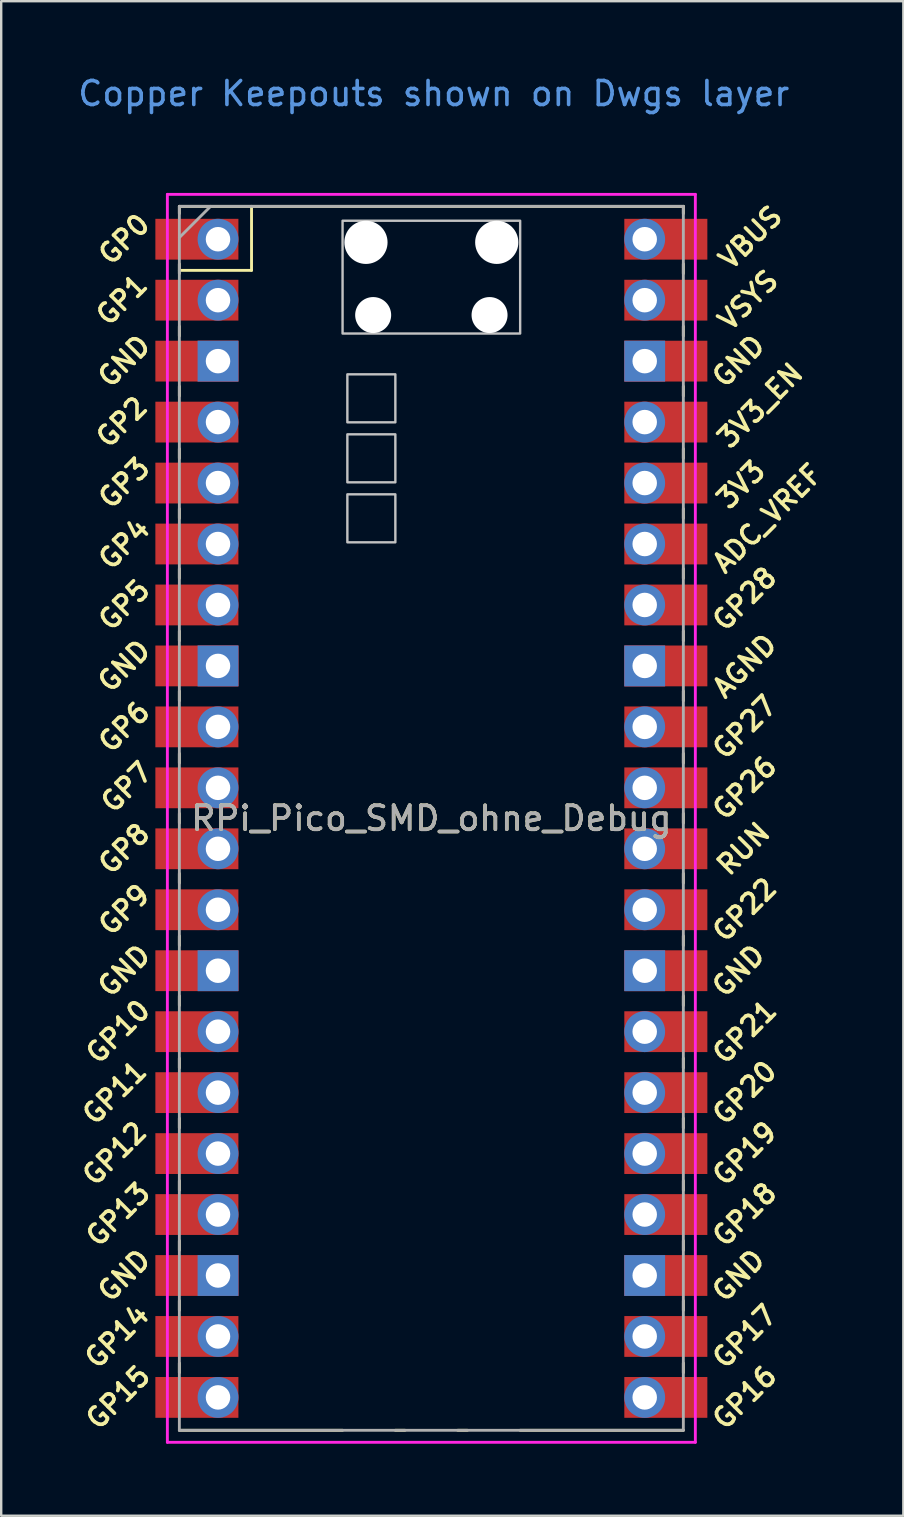
<source format=kicad_pcb>
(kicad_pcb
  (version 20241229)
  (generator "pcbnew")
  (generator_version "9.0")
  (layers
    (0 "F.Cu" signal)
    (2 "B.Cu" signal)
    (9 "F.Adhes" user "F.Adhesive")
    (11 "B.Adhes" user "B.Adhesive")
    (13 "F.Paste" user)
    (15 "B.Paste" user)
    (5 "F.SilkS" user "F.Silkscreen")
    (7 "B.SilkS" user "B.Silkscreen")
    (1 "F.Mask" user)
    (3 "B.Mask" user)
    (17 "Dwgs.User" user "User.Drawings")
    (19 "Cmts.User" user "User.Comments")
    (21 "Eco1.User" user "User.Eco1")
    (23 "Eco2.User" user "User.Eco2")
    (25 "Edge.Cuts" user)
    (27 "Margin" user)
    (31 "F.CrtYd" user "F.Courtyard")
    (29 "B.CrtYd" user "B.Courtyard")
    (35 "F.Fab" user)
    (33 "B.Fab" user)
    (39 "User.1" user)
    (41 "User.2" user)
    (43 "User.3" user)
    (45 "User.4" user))
  (footprint "RPi_Pico_SMD_ohne_Debug"
    (layer "F.Cu")
    (at 14.924 31.048)
    (property "Reference" "RPi_Pico_SMD_ohne_Debug" (at 0 0 0) (layer "F.SilkS") (effects (font (size 1 1) (thickness 0.15))))
    (attr through_hole)
    (fp_line (start -10.5 -25.5) (end -10.5 -25.2) (stroke (width 0.12) (type solid)) (layer "F.SilkS"))
    (fp_line (start -10.5 -25.5) (end 10.5 -25.5) (stroke (width 0.12) (type solid)) (layer "F.SilkS"))
    (fp_line (start -10.5 -23.1) (end -10.5 -22.7) (stroke (width 0.12) (type solid)) (layer "F.SilkS"))
    (fp_line (start -10.5 -22.833) (end -7.493 -22.833) (stroke (width 0.12) (type solid)) (layer "F.SilkS"))
    (fp_line (start -10.5 -20.5) (end -10.5 -20.1) (stroke (width 0.12) (type solid)) (layer "F.SilkS"))
    (fp_line (start -10.5 -18) (end -10.5 -17.6) (stroke (width 0.12) (type solid)) (layer "F.SilkS"))
    (fp_line (start -10.5 -15.4) (end -10.5 -15) (stroke (width 0.12) (type solid)) (layer "F.SilkS"))
    (fp_line (start -10.5 -12.9) (end -10.5 -12.5) (stroke (width 0.12) (type solid)) (layer "F.SilkS"))
    (fp_line (start -10.5 -10.4) (end -10.5 -10) (stroke (width 0.12) (type solid)) (layer "F.SilkS"))
    (fp_line (start -10.5 -7.8) (end -10.5 -7.4) (stroke (width 0.12) (type solid)) (layer "F.SilkS"))
    (fp_line (start -10.5 -5.3) (end -10.5 -4.9) (stroke (width 0.12) (type solid)) (layer "F.SilkS"))
    (fp_line (start -10.5 -2.7) (end -10.5 -2.3) (stroke (width 0.12) (type solid)) (layer "F.SilkS"))
    (fp_line (start -10.5 -0.2) (end -10.5 0.2) (stroke (width 0.12) (type solid)) (layer "F.SilkS"))
    (fp_line (start -10.5 2.3) (end -10.5 2.7) (stroke (width 0.12) (type solid)) (layer "F.SilkS"))
    (fp_line (start -10.5 4.9) (end -10.5 5.3) (stroke (width 0.12) (type solid)) (layer "F.SilkS"))
    (fp_line (start -10.5 7.4) (end -10.5 7.8) (stroke (width 0.12) (type solid)) (layer "F.SilkS"))
    (fp_line (start -10.5 10) (end -10.5 10.4) (stroke (width 0.12) (type solid)) (layer "F.SilkS"))
    (fp_line (start -10.5 12.5) (end -10.5 12.9) (stroke (width 0.12) (type solid)) (layer "F.SilkS"))
    (fp_line (start -10.5 15.1) (end -10.5 15.5) (stroke (width 0.12) (type solid)) (layer "F.SilkS"))
    (fp_line (start -10.5 17.6) (end -10.5 18) (stroke (width 0.12) (type solid)) (layer "F.SilkS"))
    (fp_line (start -10.5 20.1) (end -10.5 20.5) (stroke (width 0.12) (type solid)) (layer "F.SilkS"))
    (fp_line (start -10.5 22.7) (end -10.5 23.1) (stroke (width 0.12) (type solid)) (layer "F.SilkS"))
    (fp_line (start -7.493 -22.833) (end -7.493 -25.5) (stroke (width 0.12) (type solid)) (layer "F.SilkS"))
    (fp_line (start -3.7 25.5) (end -10.5 25.5) (stroke (width 0.12) (type solid)) (layer "F.SilkS"))
    (fp_line (start -1.5 25.5) (end -1.1 25.5) (stroke (width 0.12) (type solid)) (layer "F.SilkS"))
    (fp_line (start 1.1 25.5) (end 1.5 25.5) (stroke (width 0.12) (type solid)) (layer "F.SilkS"))
    (fp_line (start 10.5 -25.5) (end 10.5 -25.2) (stroke (width 0.12) (type solid)) (layer "F.SilkS"))
    (fp_line (start 10.5 -23.1) (end 10.5 -22.7) (stroke (width 0.12) (type solid)) (layer "F.SilkS"))
    (fp_line (start 10.5 -20.5) (end 10.5 -20.1) (stroke (width 0.12) (type solid)) (layer "F.SilkS"))
    (fp_line (start 10.5 -18) (end 10.5 -17.6) (stroke (width 0.12) (type solid)) (layer "F.SilkS"))
    (fp_line (start 10.5 -15.4) (end 10.5 -15) (stroke (width 0.12) (type solid)) (layer "F.SilkS"))
    (fp_line (start 10.5 -12.9) (end 10.5 -12.5) (stroke (width 0.12) (type solid)) (layer "F.SilkS"))
    (fp_line (start 10.5 -10.4) (end 10.5 -10) (stroke (width 0.12) (type solid)) (layer "F.SilkS"))
    (fp_line (start 10.5 -7.8) (end 10.5 -7.4) (stroke (width 0.12) (type solid)) (layer "F.SilkS"))
    (fp_line (start 10.5 -5.3) (end 10.5 -4.9) (stroke (width 0.12) (type solid)) (layer "F.SilkS"))
    (fp_line (start 10.5 -2.7) (end 10.5 -2.3) (stroke (width 0.12) (type solid)) (layer "F.SilkS"))
    (fp_line (start 10.5 -0.2) (end 10.5 0.2) (stroke (width 0.12) (type solid)) (layer "F.SilkS"))
    (fp_line (start 10.5 2.3) (end 10.5 2.7) (stroke (width 0.12) (type solid)) (layer "F.SilkS"))
    (fp_line (start 10.5 4.9) (end 10.5 5.3) (stroke (width 0.12) (type solid)) (layer "F.SilkS"))
    (fp_line (start 10.5 7.4) (end 10.5 7.8) (stroke (width 0.12) (type solid)) (layer "F.SilkS"))
    (fp_line (start 10.5 10) (end 10.5 10.4) (stroke (width 0.12) (type solid)) (layer "F.SilkS"))
    (fp_line (start 10.5 12.5) (end 10.5 12.9) (stroke (width 0.12) (type solid)) (layer "F.SilkS"))
    (fp_line (start 10.5 15.1) (end 10.5 15.5) (stroke (width 0.12) (type solid)) (layer "F.SilkS"))
    (fp_line (start 10.5 17.6) (end 10.5 18) (stroke (width 0.12) (type solid)) (layer "F.SilkS"))
    (fp_line (start 10.5 20.1) (end 10.5 20.5) (stroke (width 0.12) (type solid)) (layer "F.SilkS"))
    (fp_line (start 10.5 22.7) (end 10.5 23.1) (stroke (width 0.12) (type solid)) (layer "F.SilkS"))
    (fp_line (start 10.5 25.5) (end 3.7 25.5) (stroke (width 0.12) (type solid)) (layer "F.SilkS"))
    (fp_poly (pts (xy -1.5 -16.5) (xy -3.5 -16.5) (xy -3.5 -18.5) (xy -1.5 -18.5)) (stroke (width 0.1) (type solid)) (fill no) (layer "Dwgs.User"))
    (fp_poly (pts (xy -1.5 -14) (xy -3.5 -14) (xy -3.5 -16) (xy -1.5 -16)) (stroke (width 0.1) (type solid)) (fill no) (layer "Dwgs.User"))
    (fp_poly (pts (xy -1.5 -11.5) (xy -3.5 -11.5) (xy -3.5 -13.5) (xy -1.5 -13.5)) (stroke (width 0.1) (type solid)) (fill no) (layer "Dwgs.User"))
    (fp_poly (pts (xy 3.7 -20.2) (xy -3.7 -20.2) (xy -3.7 -24.9) (xy 3.7 -24.9)) (stroke (width 0.1) (type solid)) (fill no) (layer "Dwgs.User"))
    (fp_line (start -11 -26) (end 11 -26) (stroke (width 0.12) (type solid)) (layer "F.CrtYd"))
    (fp_line (start -11 26) (end -11 -26) (stroke (width 0.12) (type solid)) (layer "F.CrtYd"))
    (fp_line (start 11 -26) (end 11 26) (stroke (width 0.12) (type solid)) (layer "F.CrtYd"))
    (fp_line (start 11 26) (end -11 26) (stroke (width 0.12) (type solid)) (layer "F.CrtYd"))
    (fp_line (start -10.5 -25.5) (end 10.5 -25.5) (stroke (width 0.12) (type solid)) (layer "F.Fab"))
    (fp_line (start -10.5 -24.2) (end -9.2 -25.5) (stroke (width 0.12) (type solid)) (layer "F.Fab"))
    (fp_line (start -10.5 25.5) (end -10.5 -25.5) (stroke (width 0.12) (type solid)) (layer "F.Fab"))
    (fp_line (start 10.5 -25.5) (end 10.5 25.5) (stroke (width 0.12) (type solid)) (layer "F.Fab"))
    (fp_line (start 10.5 25.5) (end -10.5 25.5) (stroke (width 0.12) (type solid)) (layer "F.Fab"))
    (fp_text user "GND" (at 12.8 19.05 45) (layer "F.SilkS") (effects (font (size 0.8 0.8) (thickness 0.15))))
    (fp_text user "GND" (at -12.8 19.05 45) (layer "F.SilkS") (effects (font (size 0.8 0.8) (thickness 0.15))))
    (fp_text user "GND" (at 12.8 6.35 45) (layer "F.SilkS") (effects (font (size 0.8 0.8) (thickness 0.15))))
    (fp_text user "VBUS" (at 13.3 -24.2 45) (layer "F.SilkS") (effects (font (size 0.8 0.8) (thickness 0.15))))
    (fp_text user "GP13" (at -13.054 16.51 45) (layer "F.SilkS") (effects (font (size 0.8 0.8) (thickness 0.15))))
    (fp_text user "VSYS" (at 13.2 -21.59 45) (layer "F.SilkS") (effects (font (size 0.8 0.8) (thickness 0.15))))
    (fp_text user "RUN" (at 13 1.27 45) (layer "F.SilkS") (effects (font (size 0.8 0.8) (thickness 0.15))))
    (fp_text user "GP21" (at 13.054 8.9 45) (layer "F.SilkS") (effects (font (size 0.8 0.8) (thickness 0.15))))
    (fp_text user "GP12" (at -13.2 13.97 45) (layer "F.SilkS") (effects (font (size 0.8 0.8) (thickness 0.15))))
    (fp_text user "GP9" (at -12.8 3.81 45) (layer "F.SilkS") (effects (font (size 0.8 0.8) (thickness 0.15))))
    (fp_text user "GND" (at -12.8 -19.05 45) (layer "F.SilkS") (effects (font (size 0.8 0.8) (thickness 0.15))))
    (fp_text user "GP20" (at 13.054 11.43 45) (layer "F.SilkS") (effects (font (size 0.8 0.8) (thickness 0.15))))
    (fp_text user "GP19" (at 13.054 13.97 45) (layer "F.SilkS") (effects (font (size 0.8 0.8) (thickness 0.15))))
    (fp_text user "ADC_VREF" (at 14 -12.5 45) (layer "F.SilkS") (effects (font (size 0.8 0.8) (thickness 0.15))))
    (fp_text user "GP26" (at 13.054 -1.27 45) (layer "F.SilkS") (effects (font (size 0.8 0.8) (thickness 0.15))))
    (fp_text user "GP3" (at -12.8 -13.97 45) (layer "F.SilkS") (effects (font (size 0.8 0.8) (thickness 0.15))))
    (fp_text user "GP18" (at 13.054 16.51 45) (layer "F.SilkS") (effects (font (size 0.8 0.8) (thickness 0.15))))
    (fp_text user "GP6" (at -12.8 -3.81 45) (layer "F.SilkS") (effects (font (size 0.8 0.8) (thickness 0.15))))
    (fp_text user "GP15" (at -13.054 24.13 45) (layer "F.SilkS") (effects (font (size 0.8 0.8) (thickness 0.15))))
    (fp_text user "GP27" (at 13.054 -3.8 45) (layer "F.SilkS") (effects (font (size 0.8 0.8) (thickness 0.15))))
    (fp_text user "GP10" (at -13.054 8.89 45) (layer "F.SilkS") (effects (font (size 0.8 0.8) (thickness 0.15))))
    (fp_text user "GP14" (at -13.1 21.59 45) (layer "F.SilkS") (effects (font (size 0.8 0.8) (thickness 0.15))))
    (fp_text user "GP1" (at -12.9 -21.6 45) (layer "F.SilkS") (effects (font (size 0.8 0.8) (thickness 0.15))))
    (fp_text user "GP4" (at -12.8 -11.43 45) (layer "F.SilkS") (effects (font (size 0.8 0.8) (thickness 0.15))))
    (fp_text user "GND" (at 12.8 -19.05 45) (layer "F.SilkS") (effects (font (size 0.8 0.8) (thickness 0.15))))
    (fp_text user "3V3_EN" (at 13.7 -17.2 45) (layer "F.SilkS") (effects (font (size 0.8 0.8) (thickness 0.15))))
    (fp_text user "GP22" (at 13.054 3.81 45) (layer "F.SilkS") (effects (font (size 0.8 0.8) (thickness 0.15))))
    (fp_text user "GP17" (at 13.054 21.59 45) (layer "F.SilkS") (effects (font (size 0.8 0.8) (thickness 0.15))))
    (fp_text user "AGND" (at 13.054 -6.35 45) (layer "F.SilkS") (effects (font (size 0.8 0.8) (thickness 0.15))))
    (fp_text user "GP16" (at 13.054 24.13 45) (layer "F.SilkS") (effects (font (size 0.8 0.8) (thickness 0.15))))
    (fp_text user "GP7" (at -12.7 -1.3 45) (layer "F.SilkS") (effects (font (size 0.8 0.8) (thickness 0.15))))
    (fp_text user "GP28" (at 13.054 -9.144 45) (layer "F.SilkS") (effects (font (size 0.8 0.8) (thickness 0.15))))
    (fp_text user "GP2" (at -12.9 -16.51 45) (layer "F.SilkS") (effects (font (size 0.8 0.8) (thickness 0.15))))
    (fp_text user "GP0" (at -12.8 -24.13 45) (layer "F.SilkS") (effects (font (size 0.8 0.8) (thickness 0.15))))
    (fp_text user "GND" (at -12.8 -6.35 45) (layer "F.SilkS") (effects (font (size 0.8 0.8) (thickness 0.15))))
    (fp_text user "GND" (at -12.8 6.35 45) (layer "F.SilkS") (effects (font (size 0.8 0.8) (thickness 0.15))))
    (fp_text user "GP5" (at -12.8 -8.89 45) (layer "F.SilkS") (effects (font (size 0.8 0.8) (thickness 0.15))))
    (fp_text user "GP11" (at -13.2 11.43 45) (layer "F.SilkS") (effects (font (size 0.8 0.8) (thickness 0.15))))
    (fp_text user "3V3" (at 12.9 -13.9 45) (layer "F.SilkS") (effects (font (size 0.8 0.8) (thickness 0.15))))
    (fp_text user "GP8" (at -12.8 1.27 45) (layer "F.SilkS") (effects (font (size 0.8 0.8) (thickness 0.15))))
    (fp_text user "Copper Keepouts shown on Dwgs layer" (at 0.1 -30.2 0) (layer "Cmts.User") (effects (font (size 1 1) (thickness 0.15))))
    (fp_text user "${REFERENCE}" (at 0 0 180) (layer "F.Fab") (effects (font (size 1 1) (thickness 0.15))))
    (pad "" np_thru_hole oval (at -2.725 -24) (size 1.8 1.8) (drill 1.8) (layers "*.Cu" "*.Mask"))
    (pad "" np_thru_hole oval (at -2.425 -20.97) (size 1.5 1.5) (drill 1.5) (layers "*.Cu" "*.Mask"))
    (pad "" np_thru_hole oval (at 2.425 -20.97) (size 1.5 1.5) (drill 1.5) (layers "*.Cu" "*.Mask"))
    (pad "" np_thru_hole oval (at 2.725 -24) (size 1.8 1.8) (drill 1.8) (layers "*.Cu" "*.Mask"))
    (pad "1" thru_hole oval (at -8.89 -24.13) (size 1.7 1.7) (drill 1.02) (layers "*.Cu" "*.Mask"))
    (pad "1" smd rect (at -8.89 -24.13) (size 3.46 1.7) (drill (offset -0.88 0)) (layers "F.Cu" "F.Mask"))
    (pad "2" thru_hole oval (at -8.89 -21.59) (size 1.7 1.7) (drill 1.02) (layers "*.Cu" "*.Mask"))
    (pad "2" smd rect (at -8.89 -21.59) (size 3.46 1.7) (drill (offset -0.88 0)) (layers "F.Cu" "F.Mask"))
    (pad "3" thru_hole rect (at -8.89 -19.05) (size 1.7 1.7) (drill 1.02) (layers "*.Cu" "*.Mask"))
    (pad "3" smd rect (at -8.89 -19.05) (size 3.46 1.7) (drill (offset -0.88 0)) (layers "F.Cu" "F.Mask"))
    (pad "4" thru_hole oval (at -8.89 -16.51) (size 1.7 1.7) (drill 1.02) (layers "*.Cu" "*.Mask"))
    (pad "4" smd rect (at -8.89 -16.51) (size 3.46 1.7) (drill (offset -0.88 0)) (layers "F.Cu" "F.Mask"))
    (pad "5" thru_hole oval (at -8.89 -13.97) (size 1.7 1.7) (drill 1.02) (layers "*.Cu" "*.Mask"))
    (pad "5" smd rect (at -8.89 -13.97) (size 3.46 1.7) (drill (offset -0.88 0)) (layers "F.Cu" "F.Mask"))
    (pad "6" thru_hole oval (at -8.89 -11.43) (size 1.7 1.7) (drill 1.02) (layers "*.Cu" "*.Mask"))
    (pad "6" smd rect (at -8.89 -11.43) (size 3.46 1.7) (drill (offset -0.88 0)) (layers "F.Cu" "F.Mask"))
    (pad "7" thru_hole oval (at -8.89 -8.89) (size 1.7 1.7) (drill 1.02) (layers "*.Cu" "*.Mask"))
    (pad "7" smd rect (at -8.89 -8.89) (size 3.46 1.7) (drill (offset -0.88 0)) (layers "F.Cu" "F.Mask"))
    (pad "8" thru_hole rect (at -8.89 -6.35) (size 1.7 1.7) (drill 1.02) (layers "*.Cu" "*.Mask"))
    (pad "8" smd rect (at -8.89 -6.35) (size 3.46 1.7) (drill (offset -0.88 0)) (layers "F.Cu" "F.Mask"))
    (pad "9" thru_hole oval (at -8.89 -3.81) (size 1.7 1.7) (drill 1.02) (layers "*.Cu" "*.Mask"))
    (pad "9" smd rect (at -8.89 -3.81) (size 3.46 1.7) (drill (offset -0.88 0)) (layers "F.Cu" "F.Mask"))
    (pad "10" thru_hole oval (at -8.89 -1.27) (size 1.7 1.7) (drill 1.02) (layers "*.Cu" "*.Mask"))
    (pad "10" smd rect (at -8.89 -1.27) (size 3.46 1.7) (drill (offset -0.88 0)) (layers "F.Cu" "F.Mask"))
    (pad "11" thru_hole oval (at -8.89 1.27) (size 1.7 1.7) (drill 1.02) (layers "*.Cu" "*.Mask"))
    (pad "11" smd rect (at -8.89 1.27) (size 3.46 1.7) (drill (offset -0.88 0)) (layers "F.Cu" "F.Mask"))
    (pad "12" thru_hole oval (at -8.89 3.81) (size 1.7 1.7) (drill 1.02) (layers "*.Cu" "*.Mask"))
    (pad "12" smd rect (at -8.89 3.81) (size 3.46 1.7) (drill (offset -0.88 0)) (layers "F.Cu" "F.Mask"))
    (pad "13" thru_hole rect (at -8.89 6.35) (size 1.7 1.7) (drill 1.02) (layers "*.Cu" "*.Mask"))
    (pad "13" smd rect (at -8.89 6.35) (size 3.46 1.7) (drill (offset -0.88 0)) (layers "F.Cu" "F.Mask"))
    (pad "14" thru_hole oval (at -8.89 8.89) (size 1.7 1.7) (drill 1.02) (layers "*.Cu" "*.Mask"))
    (pad "14" smd rect (at -8.89 8.89) (size 3.46 1.7) (drill (offset -0.88 0)) (layers "F.Cu" "F.Mask"))
    (pad "15" thru_hole oval (at -8.89 11.43) (size 1.7 1.7) (drill 1.02) (layers "*.Cu" "*.Mask"))
    (pad "15" smd rect (at -8.89 11.43) (size 3.46 1.7) (drill (offset -0.88 0)) (layers "F.Cu" "F.Mask"))
    (pad "16" thru_hole oval (at -8.89 13.97) (size 1.7 1.7) (drill 1.02) (layers "*.Cu" "*.Mask"))
    (pad "16" smd rect (at -8.89 13.97) (size 3.46 1.7) (drill (offset -0.88 0)) (layers "F.Cu" "F.Mask"))
    (pad "17" thru_hole oval (at -8.89 16.51) (size 1.7 1.7) (drill 1.02) (layers "*.Cu" "*.Mask"))
    (pad "17" smd rect (at -8.89 16.51) (size 3.46 1.7) (drill (offset -0.88 0)) (layers "F.Cu" "F.Mask"))
    (pad "18" thru_hole rect (at -8.89 19.05) (size 1.7 1.7) (drill 1.02) (layers "*.Cu" "*.Mask"))
    (pad "18" smd rect (at -8.89 19.05) (size 3.46 1.7) (drill (offset -0.88 0)) (layers "F.Cu" "F.Mask"))
    (pad "19" thru_hole oval (at -8.89 21.59) (size 1.7 1.7) (drill 1.02) (layers "*.Cu" "*.Mask"))
    (pad "19" smd rect (at -8.89 21.59) (size 3.46 1.7) (drill (offset -0.88 0)) (layers "F.Cu" "F.Mask"))
    (pad "20" thru_hole oval (at -8.89 24.13) (size 1.7 1.7) (drill 1.02) (layers "*.Cu" "*.Mask"))
    (pad "20" smd rect (at -8.89 24.13) (size 3.46 1.7) (drill (offset -0.88 0)) (layers "F.Cu" "F.Mask"))
    (pad "21" thru_hole oval (at 8.89 24.13) (size 1.7 1.7) (drill 1.02) (layers "*.Cu" "*.Mask"))
    (pad "21" smd rect (at 8.89 24.13) (size 3.46 1.7) (drill (offset 0.88 0)) (layers "F.Cu" "F.Mask"))
    (pad "22" thru_hole oval (at 8.89 21.59) (size 1.7 1.7) (drill 1.02) (layers "*.Cu" "*.Mask"))
    (pad "22" smd rect (at 8.89 21.59) (size 3.46 1.7) (drill (offset 0.88 0)) (layers "F.Cu" "F.Mask"))
    (pad "23" thru_hole rect (at 8.89 19.05) (size 1.7 1.7) (drill 1.02) (layers "*.Cu" "*.Mask"))
    (pad "23" smd rect (at 8.89 19.05) (size 3.46 1.7) (drill (offset 0.88 0)) (layers "F.Cu" "F.Mask"))
    (pad "24" thru_hole oval (at 8.89 16.51) (size 1.7 1.7) (drill 1.02) (layers "*.Cu" "*.Mask"))
    (pad "24" smd rect (at 8.89 16.51) (size 3.46 1.7) (drill (offset 0.88 0)) (layers "F.Cu" "F.Mask"))
    (pad "25" thru_hole oval (at 8.89 13.97) (size 1.7 1.7) (drill 1.02) (layers "*.Cu" "*.Mask"))
    (pad "25" smd rect (at 8.89 13.97) (size 3.46 1.7) (drill (offset 0.88 0)) (layers "F.Cu" "F.Mask"))
    (pad "26" thru_hole oval (at 8.89 11.43) (size 1.7 1.7) (drill 1.02) (layers "*.Cu" "*.Mask"))
    (pad "26" smd rect (at 8.89 11.43) (size 3.46 1.7) (drill (offset 0.88 0)) (layers "F.Cu" "F.Mask"))
    (pad "27" thru_hole oval (at 8.89 8.89) (size 1.7 1.7) (drill 1.02) (layers "*.Cu" "*.Mask"))
    (pad "27" smd rect (at 8.89 8.89) (size 3.46 1.7) (drill (offset 0.88 0)) (layers "F.Cu" "F.Mask"))
    (pad "28" thru_hole rect (at 8.89 6.35) (size 1.7 1.7) (drill 1.02) (layers "*.Cu" "*.Mask"))
    (pad "28" smd rect (at 8.89 6.35) (size 3.46 1.7) (drill (offset 0.88 0)) (layers "F.Cu" "F.Mask"))
    (pad "29" thru_hole oval (at 8.89 3.81) (size 1.7 1.7) (drill 1.02) (layers "*.Cu" "*.Mask"))
    (pad "29" smd rect (at 8.89 3.81) (size 3.46 1.7) (drill (offset 0.88 0)) (layers "F.Cu" "F.Mask"))
    (pad "30" thru_hole oval (at 8.89 1.27) (size 1.7 1.7) (drill 1.02) (layers "*.Cu" "*.Mask"))
    (pad "30" smd rect (at 8.89 1.27) (size 3.46 1.7) (drill (offset 0.88 0)) (layers "F.Cu" "F.Mask"))
    (pad "31" thru_hole oval (at 8.89 -1.27) (size 1.7 1.7) (drill 1.02) (layers "*.Cu" "*.Mask"))
    (pad "31" smd rect (at 8.89 -1.27) (size 3.46 1.7) (drill (offset 0.88 0)) (layers "F.Cu" "F.Mask"))
    (pad "32" thru_hole oval (at 8.89 -3.81) (size 1.7 1.7) (drill 1.02) (layers "*.Cu" "*.Mask"))
    (pad "32" smd rect (at 8.89 -3.81) (size 3.46 1.7) (drill (offset 0.88 0)) (layers "F.Cu" "F.Mask"))
    (pad "33" thru_hole rect (at 8.89 -6.35) (size 1.7 1.7) (drill 1.02) (layers "*.Cu" "*.Mask"))
    (pad "33" smd rect (at 8.89 -6.35) (size 3.46 1.7) (drill (offset 0.88 0)) (layers "F.Cu" "F.Mask"))
    (pad "34" thru_hole oval (at 8.89 -8.89) (size 1.7 1.7) (drill 1.02) (layers "*.Cu" "*.Mask"))
    (pad "34" smd rect (at 8.89 -8.89) (size 3.46 1.7) (drill (offset 0.88 0)) (layers "F.Cu" "F.Mask"))
    (pad "35" thru_hole oval (at 8.89 -11.43) (size 1.7 1.7) (drill 1.02) (layers "*.Cu" "*.Mask"))
    (pad "35" smd rect (at 8.89 -11.43) (size 3.46 1.7) (drill (offset 0.88 0)) (layers "F.Cu" "F.Mask"))
    (pad "36" thru_hole oval (at 8.89 -13.97) (size 1.7 1.7) (drill 1.02) (layers "*.Cu" "*.Mask"))
    (pad "36" smd rect (at 8.89 -13.97) (size 3.46 1.7) (drill (offset 0.88 0)) (layers "F.Cu" "F.Mask"))
    (pad "37" thru_hole oval (at 8.89 -16.51) (size 1.7 1.7) (drill 1.02) (layers "*.Cu" "*.Mask"))
    (pad "37" smd rect (at 8.89 -16.51) (size 3.46 1.7) (drill (offset 0.88 0)) (layers "F.Cu" "F.Mask"))
    (pad "38" thru_hole rect (at 8.89 -19.05) (size 1.7 1.7) (drill 1.02) (layers "*.Cu" "*.Mask"))
    (pad "38" smd rect (at 8.89 -19.05) (size 3.46 1.7) (drill (offset 0.88 0)) (layers "F.Cu" "F.Mask"))
    (pad "39" thru_hole oval (at 8.89 -21.59) (size 1.7 1.7) (drill 1.02) (layers "*.Cu" "*.Mask"))
    (pad "39" smd rect (at 8.89 -21.59) (size 3.46 1.7) (drill (offset 0.88 0)) (layers "F.Cu" "F.Mask"))
    (pad "40" thru_hole oval (at 8.89 -24.13) (size 1.7 1.7) (drill 1.02) (layers "*.Cu" "*.Mask"))
    (pad "40" smd rect (at 8.89 -24.13) (size 3.46 1.7) (drill (offset 0.88 0)) (layers "F.Cu" "F.Mask")))
  (gr_rect
    (start -3 -3)
    (end 34.591 60.108)
    (stroke (width 0.1) (type default))
    (fill no)
    (layer "Edge.Cuts")))
</source>
